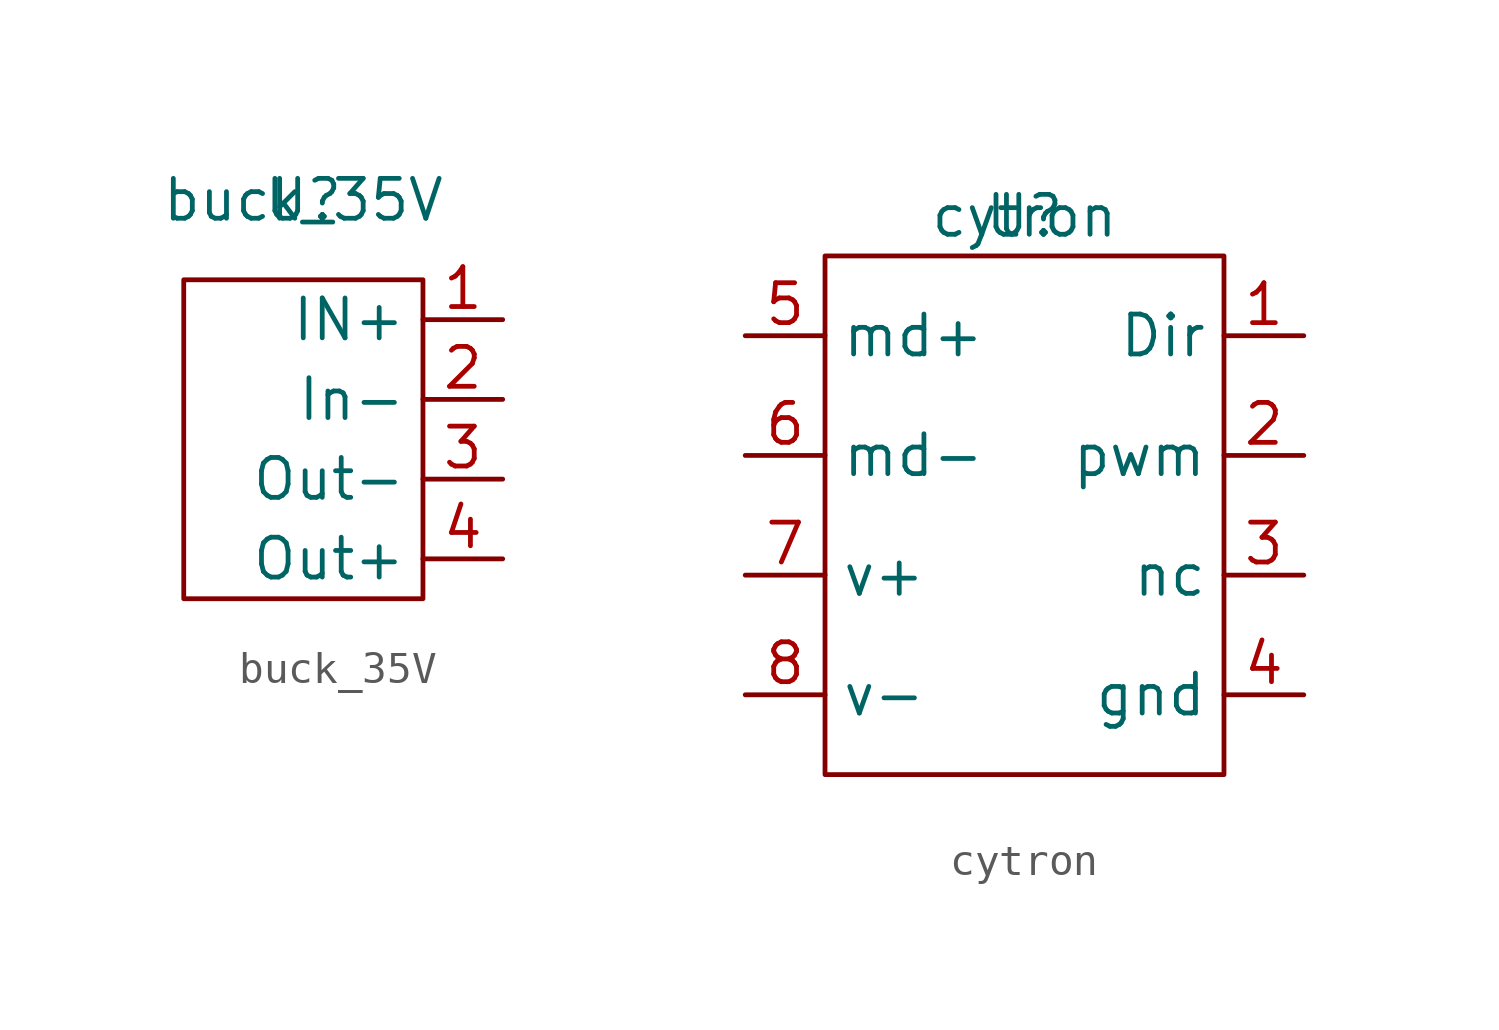
<source format=kicad_sym>
(kicad_symbol_lib
  (version 20211014)
  (generator kicad_symbol_editor)
  (symbol "buck_35V"
    (property "Reference" "U"
      (at 0 0 0)
      (effects (font (size 1.27 1.27))))
    (property "Value" "buck_35V"
      (at 0 0 0)
      (effects (font (size 1.27 1.27))))
    (symbol "buck_35V_0_1"
      (rectangle (start -3.81 -2.54) (end 3.81 -12.7) (stroke (width 0) (type default) (color 0 0 0 0)) (fill (type none))))
    (symbol "buck_35V_1_1"
      (pin input line (at 6.35 -3.81 180) (length 2.54) (name "IN+" (effects (font (size 1.27 1.27)))) (number "1" (effects (font (size 1.27 1.27)))))
      (pin input line (at 6.35 -6.35 180) (length 2.54) (name "In-" (effects (font (size 1.27 1.27)))) (number "2" (effects (font (size 1.27 1.27)))))
      (pin output line (at 6.35 -8.89 180) (length 2.54) (name "Out-" (effects (font (size 1.27 1.27)))) (number "3" (effects (font (size 1.27 1.27)))))
      (pin output line (at 6.35 -11.43 180) (length 2.54) (name "Out+" (effects (font (size 1.27 1.27)))) (number "4" (effects (font (size 1.27 1.27)))))))
  (symbol "cytron"
    (property "Reference" "U"
      (at 0 0 0)
      (effects (font (size 1.27 1.27))))
    (property "Value" "cytron"
      (at 0 0 0)
      (effects (font (size 1.27 1.27))))
    (symbol "cytron_0_1"
      (rectangle (start -6.35 -1.27) (end 6.35 -17.78) (stroke (width 0) (type default) (color 0 0 0 0)) (fill (type none))))
    (symbol "cytron_1_1"
      (pin input line (at 8.89 -3.81 180) (length 2.54) (name "Dir" (effects (font (size 1.27 1.27)))) (number "1" (effects (font (size 1.27 1.27)))))
      (pin input line (at 8.89 -7.62 180) (length 2.54) (name "pwm" (effects (font (size 1.27 1.27)))) (number "2" (effects (font (size 1.27 1.27)))))
      (pin input line (at 8.89 -11.43 180) (length 2.54) (name "nc" (effects (font (size 1.27 1.27)))) (number "3" (effects (font (size 1.27 1.27)))))
      (pin input line (at 8.89 -15.24 180) (length 2.54) (name "gnd" (effects (font (size 1.27 1.27)))) (number "4" (effects (font (size 1.27 1.27)))))
      (pin input line (at -8.89 -3.81 0) (length 2.54) (name "md+" (effects (font (size 1.27 1.27)))) (number "5" (effects (font (size 1.27 1.27)))))
      (pin input line (at -8.89 -7.62 0) (length 2.54) (name "md-" (effects (font (size 1.27 1.27)))) (number "6" (effects (font (size 1.27 1.27)))))
      (pin input line (at -8.89 -11.43 0) (length 2.54) (name "v+" (effects (font (size 1.27 1.27)))) (number "7" (effects (font (size 1.27 1.27)))))
      (pin input line (at -8.89 -15.24 0) (length 2.54) (name "v-" (effects (font (size 1.27 1.27)))) (number "8" (effects (font (size 1.27 1.27))))))))
</source>
